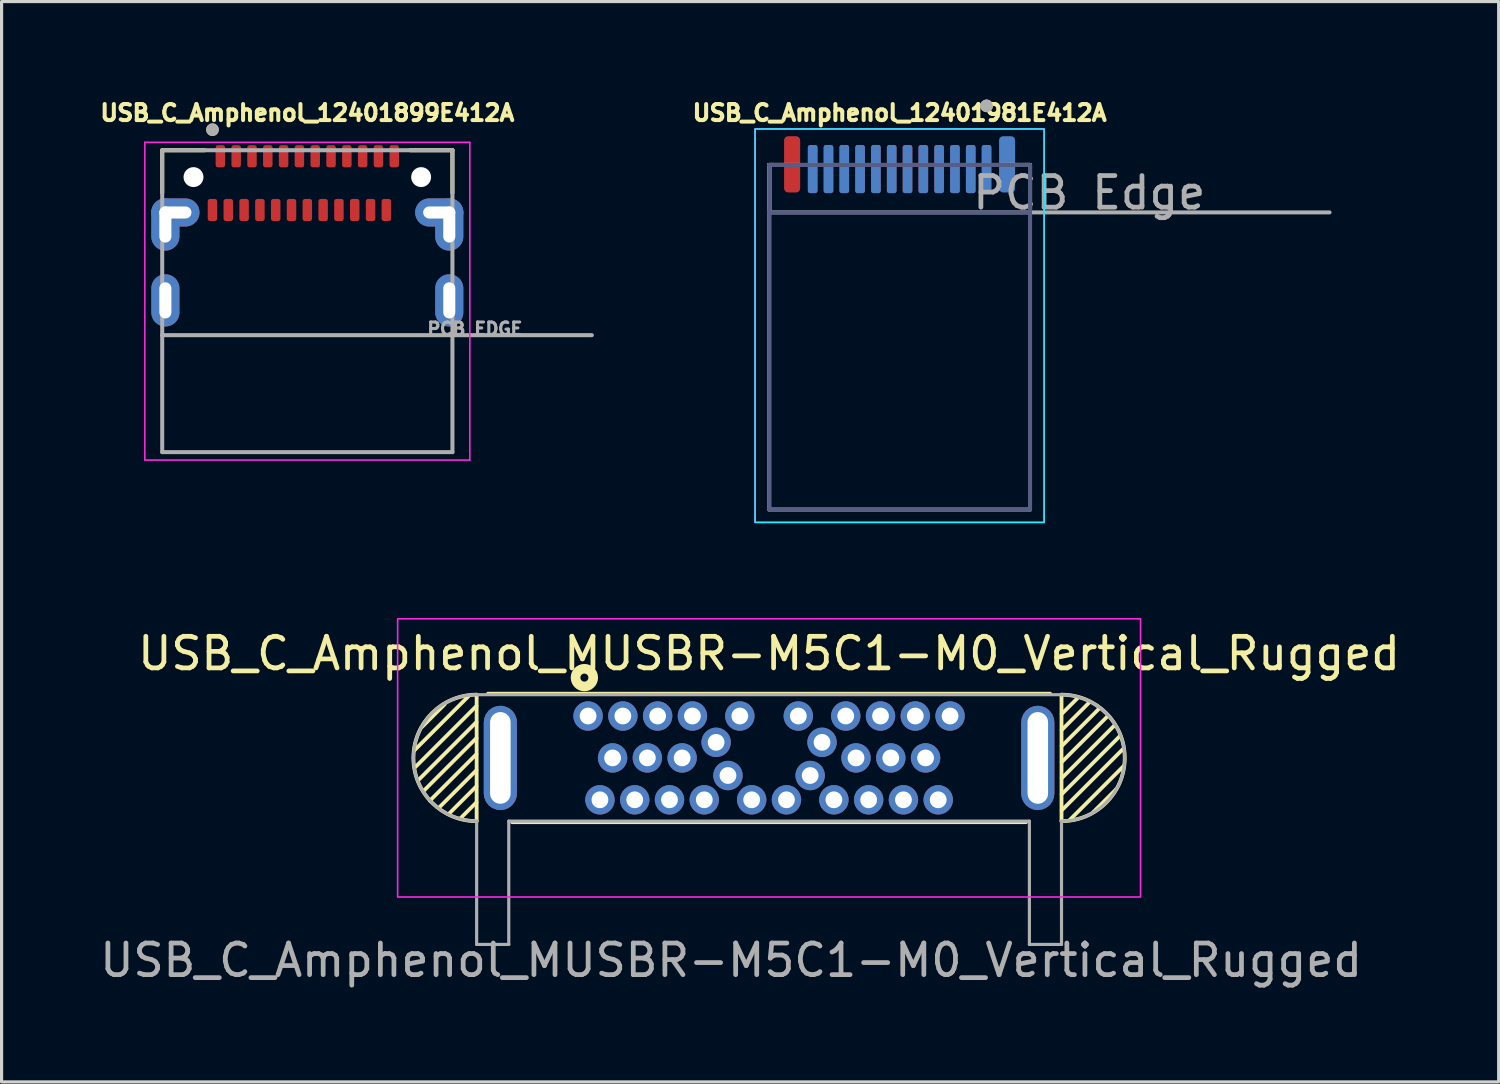
<source format=kicad_pcb>
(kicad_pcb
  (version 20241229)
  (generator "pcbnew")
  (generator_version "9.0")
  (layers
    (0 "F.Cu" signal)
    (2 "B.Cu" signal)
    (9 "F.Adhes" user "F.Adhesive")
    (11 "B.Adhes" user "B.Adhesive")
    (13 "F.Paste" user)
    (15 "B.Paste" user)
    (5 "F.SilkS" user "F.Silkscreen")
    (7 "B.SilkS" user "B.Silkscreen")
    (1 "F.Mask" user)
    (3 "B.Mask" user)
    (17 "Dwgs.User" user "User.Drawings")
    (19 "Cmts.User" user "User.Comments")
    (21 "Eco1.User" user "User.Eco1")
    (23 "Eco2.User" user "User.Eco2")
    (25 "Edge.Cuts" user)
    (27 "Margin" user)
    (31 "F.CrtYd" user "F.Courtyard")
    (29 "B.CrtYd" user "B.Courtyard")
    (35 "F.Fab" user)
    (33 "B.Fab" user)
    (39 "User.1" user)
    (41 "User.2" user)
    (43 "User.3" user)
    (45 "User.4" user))
  (footprint "USB_C_Amphenol_12401899E412A"
    (layer "F.Cu")
    (at 6.671 2.552)
    (property "Reference" "USB_C_Amphenol_12401899E412A" (at 0 -2.032 0) (layer "F.SilkS") (effects (font (size 0.508 0.508) (thickness 0.127))))
    (attr smd)
    (fp_line (start -4.59 -0.85) (end -3.25 -0.85) (stroke (width 0.127) (type solid)) (layer "F.SilkS"))
    (fp_line (start -4.59 0.5) (end -4.59 -0.85) (stroke (width 0.127) (type solid)) (layer "F.SilkS"))
    (fp_line (start 3.25 -0.85) (end 4.59 -0.85) (stroke (width 0.127) (type solid)) (layer "F.SilkS"))
    (fp_line (start 4.59 -0.85) (end 4.59 0.5) (stroke (width 0.127) (type solid)) (layer "F.SilkS"))
    (fp_circle (center -3 -1.5) (end -2.9 -1.5) (stroke (width 0.2) (type solid)) (fill no) (layer "F.SilkS"))
    (fp_line (start -5.14 -1.1) (end 5.14 -1.1) (stroke (width 0.05) (type solid)) (layer "F.CrtYd"))
    (fp_line (start -5.14 8.95) (end -5.14 -1.1) (stroke (width 0.05) (type solid)) (layer "F.CrtYd"))
    (fp_line (start 5.14 -1.1) (end 5.14 8.95) (stroke (width 0.05) (type solid)) (layer "F.CrtYd"))
    (fp_line (start 5.14 8.95) (end -5.14 8.95) (stroke (width 0.05) (type solid)) (layer "F.CrtYd"))
    (fp_line (start -4.59 -0.85) (end 4.59 -0.85) (stroke (width 0.127) (type solid)) (layer "F.Fab"))
    (fp_line (start -4.59 5) (end -4.59 -0.85) (stroke (width 0.127) (type solid)) (layer "F.Fab"))
    (fp_line (start -4.59 5) (end 9 5) (stroke (width 0.127) (type solid)) (layer "F.Fab"))
    (fp_line (start -4.59 8.7) (end -4.59 5) (stroke (width 0.127) (type solid)) (layer "F.Fab"))
    (fp_line (start 4.59 -0.85) (end 4.59 8.7) (stroke (width 0.127) (type solid)) (layer "F.Fab"))
    (fp_line (start 4.59 8.7) (end -4.59 8.7) (stroke (width 0.127) (type solid)) (layer "F.Fab"))
    (fp_circle (center -3 -1.5) (end -2.9 -1.5) (stroke (width 0.2) (type solid)) (fill no) (layer "F.Fab"))
    (fp_text user "PCB EDGE" (at 5.3 4.8 0) (layer "F.Fab") (effects (font (size 0.394 0.394) (thickness 0.098))))
    (pad "" np_thru_hole circle (at -3.6 0) (size 0.63 0.63) (drill 0.63) (layers "*.Cu" "*.Mask"))
    (pad "" np_thru_hole circle (at 3.6 0) (size 0.63 0.63) (drill 0.63) (layers "*.Cu" "*.Mask"))
    (pad "1" smd roundrect (at -2.75 -0.66) (size 0.3 0.7) (layers "F.Cu" "F.Mask" "F.Paste") (roundrect_rratio 0.25))
    (pad "2" smd roundrect (at -2.25 -0.66) (size 0.3 0.7) (layers "F.Cu" "F.Mask" "F.Paste") (roundrect_rratio 0.25))
    (pad "3" smd roundrect (at -1.75 -0.66) (size 0.3 0.7) (layers "F.Cu" "F.Mask" "F.Paste") (roundrect_rratio 0.25))
    (pad "4" smd roundrect (at -1.25 -0.66) (size 0.3 0.7) (layers "F.Cu" "F.Mask" "F.Paste") (roundrect_rratio 0.25))
    (pad "5" smd roundrect (at -0.75 -0.66) (size 0.3 0.7) (layers "F.Cu" "F.Mask" "F.Paste") (roundrect_rratio 0.25))
    (pad "6" smd roundrect (at -0.25 -0.66) (size 0.3 0.7) (layers "F.Cu" "F.Mask" "F.Paste") (roundrect_rratio 0.25))
    (pad "7" smd roundrect (at 0.25 -0.66) (size 0.3 0.7) (layers "F.Cu" "F.Mask" "F.Paste") (roundrect_rratio 0.25))
    (pad "8" smd roundrect (at 0.75 -0.66) (size 0.3 0.7) (layers "F.Cu" "F.Mask" "F.Paste") (roundrect_rratio 0.25))
    (pad "9" smd roundrect (at 1.25 -0.66) (size 0.3 0.7) (layers "F.Cu" "F.Mask" "F.Paste") (roundrect_rratio 0.25))
    (pad "10" smd roundrect (at 1.75 -0.66) (size 0.3 0.7) (layers "F.Cu" "F.Mask" "F.Paste") (roundrect_rratio 0.25))
    (pad "11" smd roundrect (at 2.25 -0.66) (size 0.3 0.7) (layers "F.Cu" "F.Mask" "F.Paste") (roundrect_rratio 0.25))
    (pad "12" smd roundrect (at 2.75 -0.66) (size 0.3 0.7) (layers "F.Cu" "F.Mask" "F.Paste") (roundrect_rratio 0.25))
    (pad "13" smd roundrect (at 2.5 1.04) (size 0.3 0.7) (layers "F.Cu" "F.Mask" "F.Paste") (roundrect_rratio 0.25))
    (pad "14" smd roundrect (at 2 1.04) (size 0.3 0.7) (layers "F.Cu" "F.Mask" "F.Paste") (roundrect_rratio 0.25))
    (pad "15" smd roundrect (at 1.5 1.04) (size 0.3 0.7) (layers "F.Cu" "F.Mask" "F.Paste") (roundrect_rratio 0.25))
    (pad "16" smd roundrect (at 1 1.04) (size 0.3 0.7) (layers "F.Cu" "F.Mask" "F.Paste") (roundrect_rratio 0.25))
    (pad "17" smd roundrect (at 0.5 1.04) (size 0.3 0.7) (layers "F.Cu" "F.Mask" "F.Paste") (roundrect_rratio 0.25))
    (pad "18" smd roundrect (at 0 1.04) (size 0.3 0.7) (layers "F.Cu" "F.Mask" "F.Paste") (roundrect_rratio 0.25))
    (pad "19" smd roundrect (at -0.5 1.04) (size 0.3 0.7) (layers "F.Cu" "F.Mask" "F.Paste") (roundrect_rratio 0.25))
    (pad "20" smd roundrect (at -1 1.04) (size 0.3 0.7) (layers "F.Cu" "F.Mask" "F.Paste") (roundrect_rratio 0.25))
    (pad "21" smd roundrect (at -1.5 1.04) (size 0.3 0.7) (layers "F.Cu" "F.Mask" "F.Paste") (roundrect_rratio 0.25))
    (pad "22" smd roundrect (at -2 1.04) (size 0.3 0.7) (layers "F.Cu" "F.Mask" "F.Paste") (roundrect_rratio 0.25))
    (pad "23" smd roundrect (at -2.5 1.04) (size 0.3 0.7) (layers "F.Cu" "F.Mask" "F.Paste") (roundrect_rratio 0.25))
    (pad "24" smd roundrect (at -3 1.04) (size 0.3 0.7) (layers "F.Cu" "F.Mask" "F.Paste") (roundrect_rratio 0.25))
    (pad "25" thru_hole oval (at -4.49 1.5) (size 0.889 1.651) (drill oval 0.381 1.143) (layers "*.Cu" "*.Mask"))
    (pad "25" thru_hole oval (at -4.49 3.9) (size 0.889 1.651) (drill oval 0.381 1.143) (layers "*.Cu" "*.Mask"))
    (pad "25" thru_hole oval (at -4.173 1.119 90) (size 0.889 1.524) (drill oval 0.381 1.016) (layers "*.Cu" "*.Mask"))
    (pad "25" thru_hole oval (at 4.173 1.119 90) (size 0.889 1.524) (drill oval 0.381 1.016) (layers "*.Cu" "*.Mask"))
    (pad "25" thru_hole oval (at 4.49 1.5) (size 0.889 1.651) (drill oval 0.381 1.143) (layers "*.Cu" "*.Mask"))
    (pad "25" thru_hole oval (at 4.49 3.9) (size 0.889 1.651) (drill oval 0.381 1.143) (layers "*.Cu" "*.Mask")))
  (footprint "USB_C_Amphenol_12401981E412A"
    (layer "F.Cu")
    (at 25.406 2.298)
    (property "Reference" "USB_C_Amphenol_12401981E412A" (at 0 -1.778 0) (layer "F.SilkS") (effects (font (size 0.508 0.508) (thickness 0.127) (bold yes))))
    (attr smd)
    (fp_line (start -4.125 -0.13) (end -4.125 1.37) (stroke (width 0.127) (type solid)) (layer "F.SilkS"))
    (fp_line (start -3.97 -0.13) (end -4.125 -0.13) (stroke (width 0.127) (type solid)) (layer "F.SilkS"))
    (fp_line (start 4.125 -0.13) (end 3.22 -0.13) (stroke (width 0.127) (type solid)) (layer "F.SilkS"))
    (fp_line (start 4.125 1.37) (end 4.125 -0.13) (stroke (width 0.127) (type solid)) (layer "F.SilkS"))
    (fp_circle (center 2.75 -2) (end 2.85 -2) (stroke (width 0.2) (type solid)) (fill no) (layer "F.SilkS"))
    (fp_line (start -4.125 -0.13) (end -4.125 1.37) (stroke (width 0.127) (type solid)) (layer "B.SilkS"))
    (fp_line (start -3.22 -0.13) (end -4.125 -0.13) (stroke (width 0.127) (type solid)) (layer "B.SilkS"))
    (fp_line (start 4.125 -0.13) (end 3.97 -0.13) (stroke (width 0.127) (type solid)) (layer "B.SilkS"))
    (fp_line (start 4.125 1.37) (end 4.125 -0.13) (stroke (width 0.127) (type solid)) (layer "B.SilkS"))
    (fp_rect (start -4.572 -1.27) (end 4.572 11.176) (stroke (width 0.051) (type default)) (fill no) (layer "B.CrtYd"))
    (fp_rect (start -4.572 -1.27) (end 4.572 11.176) (stroke (width 0.051) (type default)) (fill no) (layer "F.CrtYd"))
    (fp_line (start -4.125 -0.13) (end -4.125 1.37) (stroke (width 0.127) (type solid)) (layer "B.Fab"))
    (fp_line (start -4.125 1.37) (end -4.125 10.77) (stroke (width 0.127) (type solid)) (layer "B.Fab"))
    (fp_line (start -4.125 1.37) (end 4.125 1.37) (stroke (width 0.127) (type solid)) (layer "B.Fab"))
    (fp_line (start -4.125 10.77) (end 4.125 10.77) (stroke (width 0.127) (type solid)) (layer "B.Fab"))
    (fp_line (start 4.125 -0.13) (end -4.125 -0.13) (stroke (width 0.127) (type solid)) (layer "B.Fab"))
    (fp_line (start 4.125 1.37) (end 4.125 -0.13) (stroke (width 0.127) (type solid)) (layer "B.Fab"))
    (fp_line (start 4.125 10.77) (end 4.125 1.37) (stroke (width 0.127) (type solid)) (layer "B.Fab"))
    (fp_line (start -4.125 -0.13) (end -4.125 1.37) (stroke (width 0.127) (type solid)) (layer "F.Fab"))
    (fp_line (start -4.125 1.37) (end -4.125 10.77) (stroke (width 0.127) (type solid)) (layer "F.Fab"))
    (fp_line (start -4.125 1.37) (end 4.125 1.37) (stroke (width 0.127) (type solid)) (layer "F.Fab"))
    (fp_line (start -4.125 10.77) (end 4.125 10.77) (stroke (width 0.127) (type solid)) (layer "F.Fab"))
    (fp_line (start 4.125 -0.13) (end -4.125 -0.13) (stroke (width 0.127) (type solid)) (layer "F.Fab"))
    (fp_line (start 4.125 1.37) (end 4.125 -0.13) (stroke (width 0.127) (type solid)) (layer "F.Fab"))
    (fp_line (start 4.125 1.37) (end 13.6 1.37) (stroke (width 0.127) (type solid)) (layer "F.Fab"))
    (fp_line (start 4.125 10.77) (end 4.125 1.37) (stroke (width 0.127) (type solid)) (layer "F.Fab"))
    (fp_circle (center 2.75 -2) (end 2.85 -2) (stroke (width 0.2) (type solid)) (fill no) (layer "F.Fab"))
    (fp_text user "PCB Edge" (at 6 0.75 0) (layer "F.Fab") (effects (font (size 1 1) (thickness 0.15))))
    (pad "A1" smd roundrect (at 2.75 0) (size 0.305 1.524) (layers "F.Cu" "F.Mask" "F.Paste") (roundrect_rratio 0.25))
    (pad "A2" smd roundrect (at 2.25 0) (size 0.305 1.524) (layers "F.Cu" "F.Mask" "F.Paste") (roundrect_rratio 0.25))
    (pad "A3" smd roundrect (at 1.75 0) (size 0.305 1.524) (layers "F.Cu" "F.Mask" "F.Paste") (roundrect_rratio 0.25))
    (pad "A4" smd roundrect (at 1.25 0) (size 0.305 1.524) (layers "F.Cu" "F.Mask" "F.Paste") (roundrect_rratio 0.25))
    (pad "A5" smd roundrect (at 0.75 0) (size 0.305 1.524) (layers "F.Cu" "F.Mask" "F.Paste") (roundrect_rratio 0.25))
    (pad "A6" smd roundrect (at 0.25 0) (size 0.305 1.524) (layers "F.Cu" "F.Mask" "F.Paste") (roundrect_rratio 0.25))
    (pad "A7" smd roundrect (at -0.25 0) (size 0.305 1.524) (layers "F.Cu" "F.Mask" "F.Paste") (roundrect_rratio 0.25))
    (pad "A8" smd roundrect (at -0.75 0) (size 0.305 1.524) (layers "F.Cu" "F.Mask" "F.Paste") (roundrect_rratio 0.25))
    (pad "A9" smd roundrect (at -1.25 0) (size 0.305 1.524) (layers "F.Cu" "F.Mask" "F.Paste") (roundrect_rratio 0.25))
    (pad "A10" smd roundrect (at -1.75 0) (size 0.305 1.524) (layers "F.Cu" "F.Mask" "F.Paste") (roundrect_rratio 0.25))
    (pad "A11" smd roundrect (at -2.25 0) (size 0.305 1.524) (layers "F.Cu" "F.Mask" "F.Paste") (roundrect_rratio 0.25))
    (pad "A12" smd roundrect (at -2.75 0) (size 0.305 1.524) (layers "F.Cu" "F.Mask" "F.Paste") (roundrect_rratio 0.25))
    (pad "B1" smd roundrect (at -2.75 0) (size 0.305 1.524) (layers "B.Cu" "B.Mask" "B.Paste") (roundrect_rratio 0.25))
    (pad "B2" smd roundrect (at -2.25 0) (size 0.305 1.524) (layers "B.Cu" "B.Mask" "B.Paste") (roundrect_rratio 0.25))
    (pad "B3" smd roundrect (at -1.75 0) (size 0.305 1.524) (layers "B.Cu" "B.Mask" "B.Paste") (roundrect_rratio 0.25))
    (pad "B4" smd roundrect (at -1.25 0) (size 0.305 1.524) (layers "B.Cu" "B.Mask" "B.Paste") (roundrect_rratio 0.25))
    (pad "B5" smd roundrect (at -0.75 0) (size 0.305 1.524) (layers "B.Cu" "B.Mask" "B.Paste") (roundrect_rratio 0.25))
    (pad "B6" smd roundrect (at -0.25 0) (size 0.305 1.524) (layers "B.Cu" "B.Mask" "B.Paste") (roundrect_rratio 0.25))
    (pad "B7" smd roundrect (at 0.25 0) (size 0.305 1.524) (layers "B.Cu" "B.Mask" "B.Paste") (roundrect_rratio 0.25))
    (pad "B8" smd roundrect (at 0.75 0) (size 0.305 1.524) (layers "B.Cu" "B.Mask" "B.Paste") (roundrect_rratio 0.25))
    (pad "B9" smd roundrect (at 1.25 0) (size 0.305 1.524) (layers "B.Cu" "B.Mask" "B.Paste") (roundrect_rratio 0.25))
    (pad "B10" smd roundrect (at 1.75 0) (size 0.305 1.524) (layers "B.Cu" "B.Mask" "B.Paste") (roundrect_rratio 0.25))
    (pad "B11" smd roundrect (at 2.25 0) (size 0.305 1.524) (layers "B.Cu" "B.Mask" "B.Paste") (roundrect_rratio 0.25))
    (pad "B12" smd roundrect (at 2.75 0) (size 0.305 1.524) (layers "B.Cu" "B.Mask" "B.Paste") (roundrect_rratio 0.25))
    (pad "SH1" smd roundrect (at -3.4 -0.15) (size 0.508 1.778) (layers "F.Cu" "F.Mask" "F.Paste") (roundrect_rratio 0.25))
    (pad "SH1" smd roundrect (at 3.4 -0.15) (size 0.508 1.778) (layers "B.Cu" "B.Mask" "B.Paste") (roundrect_rratio 0.25)))
  (footprint "USB_C_Amphenol_MUSBR-M5C1-M0_Vertical_Rugged"
    (layer "F.Cu")
    (at 21.277 20.924)
    (property "Reference" "USB_C_Amphenol_MUSBR-M5C1-M0_Vertical_Rugged" (at 0 -3.302 0) (layer "F.SilkS") (effects (font (size 1 1) (thickness 0.15))))
    (attr through_hole)
    (fp_line (start -11.222 -0.237) (end -9.51 -1.949) (stroke (width 0.12) (type default)) (layer "F.SilkS"))
    (fp_line (start -10.262 -1.695) (end -10.973 -0.984) (stroke (width 0.12) (type default)) (layer "F.SilkS"))
    (fp_line (start -9.256 -1.644) (end -11.186 0.286) (stroke (width 0.12) (type default)) (layer "F.SilkS"))
    (fp_line (start -9.256 -1.136) (end -11.084 0.692) (stroke (width 0.12) (type default)) (layer "F.SilkS"))
    (fp_line (start -9.256 -0.628) (end -10.932 1.048) (stroke (width 0.12) (type default)) (layer "F.SilkS"))
    (fp_line (start -9.256 -0.12) (end -10.729 1.353) (stroke (width 0.12) (type default)) (layer "F.SilkS"))
    (fp_line (start -9.256 0.388) (end -10.424 1.556) (stroke (width 0.12) (type default)) (layer "F.SilkS"))
    (fp_line (start -9.256 0.896) (end -10.119 1.759) (stroke (width 0.12) (type default)) (layer "F.SilkS"))
    (fp_line (start -9.256 1.404) (end -9.764 1.912) (stroke (width 0.12) (type default)) (layer "F.SilkS"))
    (fp_line (start -9.25 2) (end -9.25 -2) (stroke (width 0.12) (type default)) (layer "F.SilkS"))
    (fp_line (start -8.89 -2.032) (end 8.89 -2.032) (stroke (width 0.12) (type default)) (layer "F.SilkS"))
    (fp_line (start -8.128 2.032) (end 8.128 2.032) (stroke (width 0.12) (type default)) (layer "F.SilkS"))
    (fp_line (start 9.25 -2) (end 9.25 2) (stroke (width 0.12) (type default)) (layer "F.SilkS"))
    (fp_line (start 9.256 -1.39) (end 9.764 -1.898) (stroke (width 0.12) (type default)) (layer "F.SilkS"))
    (fp_line (start 9.256 -0.882) (end 10.119 -1.746) (stroke (width 0.12) (type default)) (layer "F.SilkS"))
    (fp_line (start 9.256 -0.374) (end 10.424 -1.543) (stroke (width 0.12) (type default)) (layer "F.SilkS"))
    (fp_line (start 9.256 0.134) (end 10.729 -1.34) (stroke (width 0.12) (type default)) (layer "F.SilkS"))
    (fp_line (start 9.256 0.642) (end 10.932 -1.035) (stroke (width 0.12) (type default)) (layer "F.SilkS"))
    (fp_line (start 9.256 1.15) (end 11.084 -0.679) (stroke (width 0.12) (type default)) (layer "F.SilkS"))
    (fp_line (start 9.256 1.658) (end 11.186 -0.273) (stroke (width 0.12) (type default)) (layer "F.SilkS"))
    (fp_line (start 10.262 1.708) (end 10.973 0.997) (stroke (width 0.12) (type default)) (layer "F.SilkS"))
    (fp_line (start 11.222 0.25) (end 9.51 1.962) (stroke (width 0.12) (type default)) (layer "F.SilkS"))
    (fp_arc (start -9.25 2) (mid -11.25 0) (end -9.25 -2) (stroke (width 0.12) (type default)) (layer "F.SilkS"))
    (fp_arc (start 9.25 -2) (mid 11.25 0) (end 9.25 2) (stroke (width 0.12) (type default)) (layer "F.SilkS"))
    (fp_circle (center -5.842 -2.54) (end -5.715 -2.54) (stroke (width 0.305) (type default)) (fill no) (layer "F.SilkS"))
    (fp_rect (start -11.75 -4.4) (end 11.75 4.4) (stroke (width 0.05) (type default)) (fill no) (layer "F.CrtYd"))
    (fp_line (start -9.25 2) (end -9.25 5.9) (stroke (width 0.1) (type default)) (layer "F.Fab"))
    (fp_line (start -9.25 5.9) (end -8.234 5.9) (stroke (width 0.1) (type default)) (layer "F.Fab"))
    (fp_line (start -8.234 2) (end 8.234 2) (stroke (width 0.1) (type default)) (layer "F.Fab"))
    (fp_line (start -8.234 5.9) (end -8.234 2) (stroke (width 0.1) (type default)) (layer "F.Fab"))
    (fp_line (start 8.234 2) (end 8.234 5.9) (stroke (width 0.1) (type default)) (layer "F.Fab"))
    (fp_line (start 8.234 5.9) (end 9.25 5.9) (stroke (width 0.1) (type default)) (layer "F.Fab"))
    (fp_line (start 9.25 -2) (end -9.25 -2) (stroke (width 0.1) (type default)) (layer "F.Fab"))
    (fp_line (start 9.25 5.9) (end 9.25 2) (stroke (width 0.1) (type default)) (layer "F.Fab"))
    (fp_arc (start -9.25 2) (mid -11.25 0) (end -9.25 -2) (stroke (width 0.1) (type default)) (layer "F.Fab"))
    (fp_arc (start 9.25 -2) (mid 11.25 0) (end 9.25 2) (stroke (width 0.1) (type default)) (layer "F.Fab"))
    (fp_text user "${REFERENCE}" (at -1.2 6.4 0) (layer "F.Fab") (effects (font (size 1 1) (thickness 0.15))))
    (pad "1" thru_hole circle (at -5.725 -1.325) (size 0.93 0.93) (drill 0.53) (layers "*.Cu" "*.Mask"))
    (pad "2" thru_hole circle (at -4.625 -1.325) (size 0.93 0.93) (drill 0.53) (layers "*.Cu" "*.Mask"))
    (pad "3" thru_hole circle (at -3.525 -1.325) (size 0.93 0.93) (drill 0.53) (layers "*.Cu" "*.Mask"))
    (pad "4" thru_hole circle (at -2.425 -1.325) (size 0.93 0.93) (drill 0.53) (layers "*.Cu" "*.Mask"))
    (pad "5" thru_hole circle (at -1.675 -0.493) (size 0.93 0.93) (drill 0.53) (layers "*.Cu" "*.Mask"))
    (pad "6" thru_hole circle (at -0.925 -1.325) (size 0.93 0.93) (drill 0.53) (layers "*.Cu" "*.Mask"))
    (pad "7" thru_hole circle (at 0.925 -1.325 180) (size 0.93 0.93) (drill 0.53) (layers "*.Cu" "*.Mask"))
    (pad "8" thru_hole circle (at 1.675 -0.493) (size 0.93 0.93) (drill 0.53) (layers "*.Cu" "*.Mask"))
    (pad "9" thru_hole circle (at 2.425 -1.325 180) (size 0.93 0.93) (drill 0.53) (layers "*.Cu" "*.Mask"))
    (pad "10" thru_hole circle (at 3.525 -1.325 180) (size 0.93 0.93) (drill 0.53) (layers "*.Cu" "*.Mask"))
    (pad "11" thru_hole circle (at 4.625 -1.325 180) (size 0.93 0.93) (drill 0.53) (layers "*.Cu" "*.Mask"))
    (pad "12" thru_hole circle (at 5.725 -1.325 180) (size 0.93 0.93) (drill 0.53) (layers "*.Cu" "*.Mask"))
    (pad "13" thru_hole circle (at 5.35 1.325 180) (size 0.93 0.93) (drill 0.53) (layers "*.Cu" "*.Mask"))
    (pad "14" thru_hole circle (at 4.25 1.325 180) (size 0.93 0.93) (drill 0.53) (layers "*.Cu" "*.Mask"))
    (pad "15" thru_hole circle (at 3.15 1.325 180) (size 0.93 0.93) (drill 0.53) (layers "*.Cu" "*.Mask"))
    (pad "16" thru_hole circle (at 2.05 1.325 180) (size 0.93 0.93) (drill 0.53) (layers "*.Cu" "*.Mask"))
    (pad "17" thru_hole circle (at 1.3 0.557) (size 0.93 0.93) (drill 0.53) (layers "*.Cu" "*.Mask"))
    (pad "18" thru_hole circle (at 0.55 1.325 180) (size 0.93 0.93) (drill 0.53) (layers "*.Cu" "*.Mask"))
    (pad "19" thru_hole circle (at -0.55 1.325) (size 0.93 0.93) (drill 0.53) (layers "*.Cu" "*.Mask"))
    (pad "20" thru_hole circle (at -1.3 0.557) (size 0.93 0.93) (drill 0.53) (layers "*.Cu" "*.Mask"))
    (pad "21" thru_hole circle (at -2.05 1.325) (size 0.93 0.93) (drill 0.53) (layers "*.Cu" "*.Mask"))
    (pad "22" thru_hole circle (at -3.15 1.325) (size 0.93 0.93) (drill 0.53) (layers "*.Cu" "*.Mask"))
    (pad "23" thru_hole circle (at -4.25 1.325) (size 0.93 0.93) (drill 0.53) (layers "*.Cu" "*.Mask"))
    (pad "24" thru_hole circle (at -5.35 1.325) (size 0.93 0.93) (drill 0.53) (layers "*.Cu" "*.Mask"))
    (pad "25" thru_hole circle (at -4.95 0 180) (size 0.93 0.93) (drill 0.53) (layers "*.Cu" "*.Mask"))
    (pad "26" thru_hole circle (at -3.85 0 180) (size 0.93 0.93) (drill 0.53) (layers "*.Cu" "*.Mask"))
    (pad "27" thru_hole circle (at -2.75 0 180) (size 0.93 0.93) (drill 0.53) (layers "*.Cu" "*.Mask"))
    (pad "28" thru_hole circle (at 2.75 0) (size 0.93 0.93) (drill 0.53) (layers "*.Cu" "*.Mask"))
    (pad "29" thru_hole circle (at 3.85 0) (size 0.93 0.93) (drill 0.53) (layers "*.Cu" "*.Mask"))
    (pad "30" thru_hole circle (at 4.95 0) (size 0.93 0.93) (drill 0.53) (layers "*.Cu" "*.Mask"))
    (pad "31" thru_hole roundrect (at -8.5 0 180) (size 1.05 3.3) (drill oval 0.65 2.9) (layers "*.Cu" "*.Mask") (roundrect_rratio 0.5))
    (pad "32" thru_hole roundrect (at 8.5 0 180) (size 1.05 3.3) (drill oval 0.65 2.9) (layers "*.Cu" "*.Mask") (roundrect_rratio 0.5)))
  (gr_rect
    (start -3 -3)
    (end 44.355 31.173)
    (stroke (width 0.1) (type default))
    (fill no)
    (layer "Edge.Cuts")))
</source>
